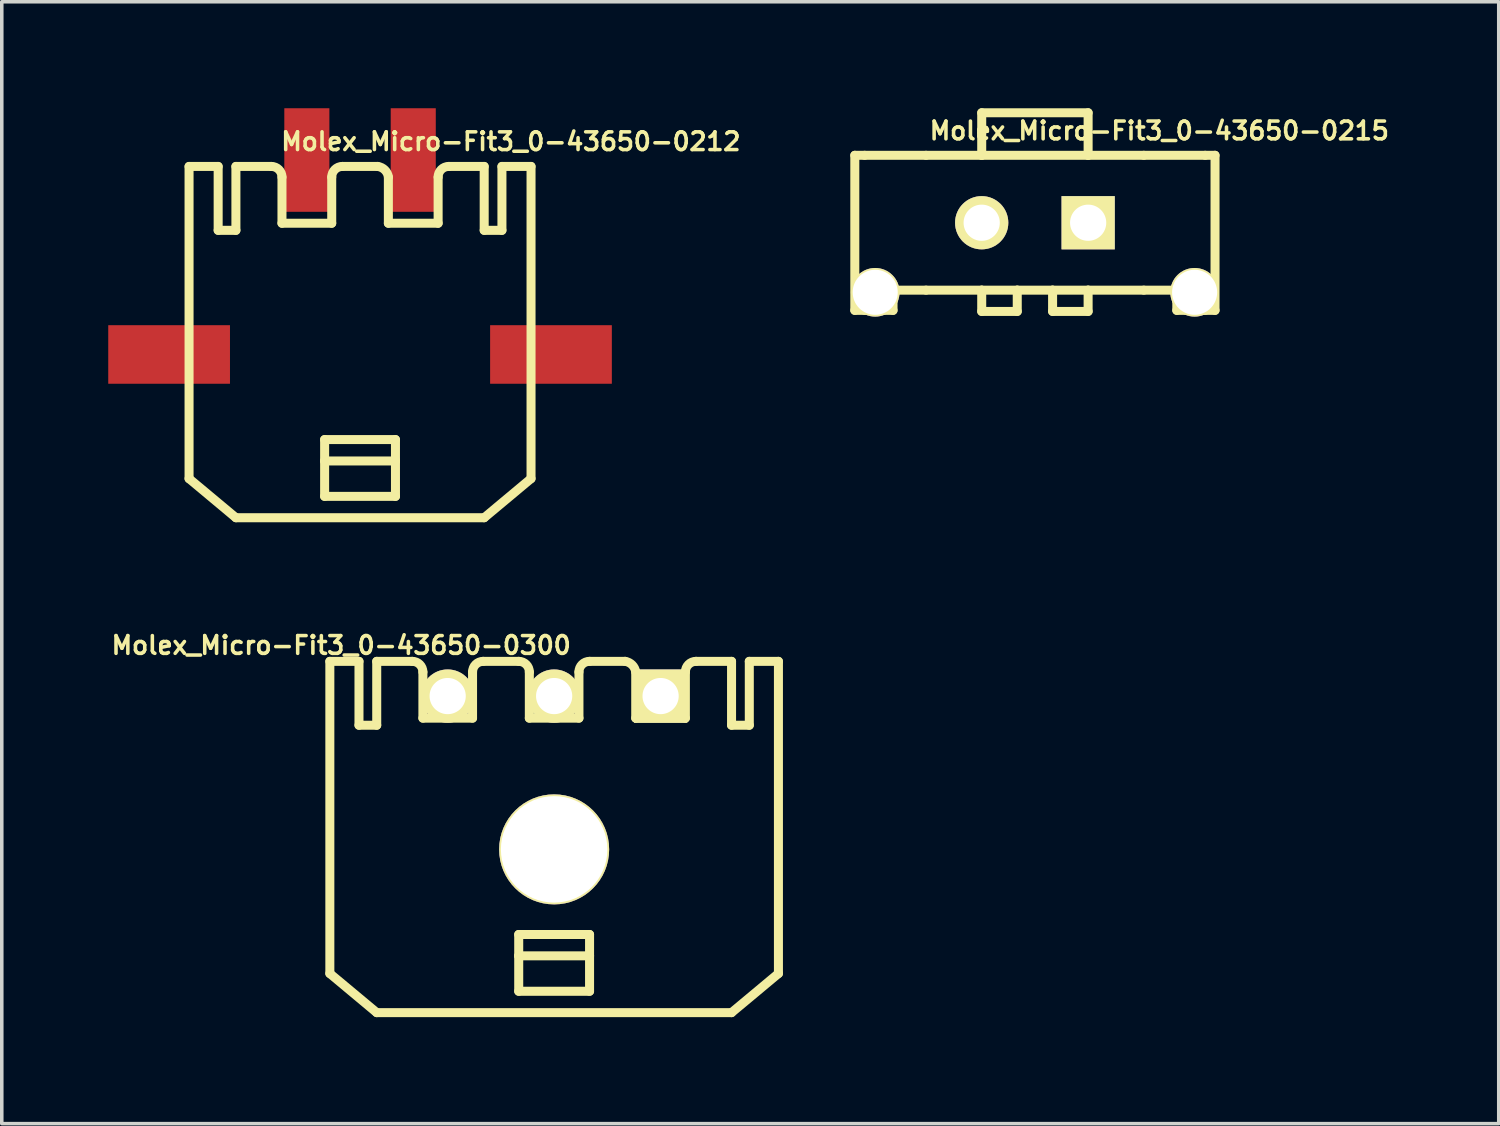
<source format=kicad_pcb>
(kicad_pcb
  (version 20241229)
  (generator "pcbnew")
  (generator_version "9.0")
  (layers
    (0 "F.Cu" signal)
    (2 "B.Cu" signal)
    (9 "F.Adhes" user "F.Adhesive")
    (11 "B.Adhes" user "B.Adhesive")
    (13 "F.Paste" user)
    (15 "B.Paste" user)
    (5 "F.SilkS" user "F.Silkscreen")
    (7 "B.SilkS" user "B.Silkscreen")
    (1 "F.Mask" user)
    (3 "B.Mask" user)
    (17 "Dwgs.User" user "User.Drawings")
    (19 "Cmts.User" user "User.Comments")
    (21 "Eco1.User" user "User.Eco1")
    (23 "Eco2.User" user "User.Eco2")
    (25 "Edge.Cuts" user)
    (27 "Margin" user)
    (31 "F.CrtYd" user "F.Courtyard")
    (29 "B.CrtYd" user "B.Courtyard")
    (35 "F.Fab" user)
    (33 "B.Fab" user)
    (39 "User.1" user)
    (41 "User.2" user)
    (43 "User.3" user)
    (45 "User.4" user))
  (footprint "Molex_Micro-Fit3_0-43650-0212"
    (layer "F.Cu")
    (at 7.095 6.188)
    (property "Reference" "Molex_Micro-Fit3_0-43650-0212" (at 4.25 -5.25 0) (layer "F.SilkS") (effects (font (size 0.5 0.5) (thickness 0.1))))
    (attr smd)
    (fp_line (start -4.818 -4.548) (end -3.998 -4.548) (stroke (width 0.254) (type solid)) (layer "F.SilkS"))
    (fp_line (start -4.818 4.248) (end -4.818 -4.548) (stroke (width 0.254) (type solid)) (layer "F.SilkS"))
    (fp_line (start -4.818 4.248) (end -3.498 5.35) (stroke (width 0.254) (type solid)) (layer "F.SilkS"))
    (fp_line (start -3.998 -4.548) (end -3.998 -2.748) (stroke (width 0.254) (type solid)) (layer "F.SilkS"))
    (fp_line (start -3.998 -2.748) (end -3.498 -2.748) (stroke (width 0.254) (type solid)) (layer "F.SilkS"))
    (fp_line (start -3.498 -4.548) (end -2.499 -4.548) (stroke (width 0.254) (type solid)) (layer "F.SilkS"))
    (fp_line (start -3.498 -2.748) (end -3.498 -4.548) (stroke (width 0.254) (type solid)) (layer "F.SilkS"))
    (fp_line (start -2.2 -2.948) (end -2.2 -4.249) (stroke (width 0.254) (type solid)) (layer "F.SilkS"))
    (fp_line (start -2.2 -2.948) (end -0.798 -2.948) (stroke (width 0.254) (type solid)) (layer "F.SilkS"))
    (fp_line (start -0.998 3.148) (end 0.998 3.148) (stroke (width 0.254) (type solid)) (layer "F.SilkS"))
    (fp_line (start -0.998 3.75) (end -0.998 3.148) (stroke (width 0.254) (type solid)) (layer "F.SilkS"))
    (fp_line (start -0.998 3.75) (end 0.998 3.75) (stroke (width 0.254) (type solid)) (layer "F.SilkS"))
    (fp_line (start -0.998 4.748) (end -0.998 3.75) (stroke (width 0.254) (type solid)) (layer "F.SilkS"))
    (fp_line (start -0.798 -2.948) (end -0.798 -4.249) (stroke (width 0.254) (type solid)) (layer "F.SilkS"))
    (fp_line (start -0.498 -4.548) (end 0.498 -4.548) (stroke (width 0.254) (type solid)) (layer "F.SilkS"))
    (fp_line (start 0.798 -4.249) (end 0.798 -2.948) (stroke (width 0.254) (type solid)) (layer "F.SilkS"))
    (fp_line (start 0.798 -2.948) (end 2.2 -2.948) (stroke (width 0.254) (type solid)) (layer "F.SilkS"))
    (fp_line (start 0.998 3.148) (end 0.998 3.75) (stroke (width 0.254) (type solid)) (layer "F.SilkS"))
    (fp_line (start 0.998 3.75) (end 0.998 4.748) (stroke (width 0.254) (type solid)) (layer "F.SilkS"))
    (fp_line (start 0.998 4.748) (end -0.998 4.748) (stroke (width 0.254) (type solid)) (layer "F.SilkS"))
    (fp_line (start 2.2 -2.948) (end 2.2 -4.249) (stroke (width 0.254) (type solid)) (layer "F.SilkS"))
    (fp_line (start 2.499 -4.548) (end 3.498 -4.548) (stroke (width 0.254) (type solid)) (layer "F.SilkS"))
    (fp_line (start 3.498 -2.748) (end 3.498 -4.548) (stroke (width 0.254) (type solid)) (layer "F.SilkS"))
    (fp_line (start 3.498 5.35) (end -3.498 5.35) (stroke (width 0.254) (type solid)) (layer "F.SilkS"))
    (fp_line (start 3.998 -4.548) (end 3.998 -2.748) (stroke (width 0.254) (type solid)) (layer "F.SilkS"))
    (fp_line (start 3.998 -4.548) (end 4.818 -4.548) (stroke (width 0.254) (type solid)) (layer "F.SilkS"))
    (fp_line (start 3.998 -2.748) (end 3.498 -2.748) (stroke (width 0.254) (type solid)) (layer "F.SilkS"))
    (fp_line (start 4.818 -4.548) (end 4.818 4.248) (stroke (width 0.254) (type solid)) (layer "F.SilkS"))
    (fp_line (start 4.818 4.248) (end 3.498 5.35) (stroke (width 0.254) (type solid)) (layer "F.SilkS"))
    (fp_arc (start -2.49936 -4.54844) (mid -2.287426 -4.460654) (end -2.19964 -4.24872) (stroke (width 0.254) (type solid)) (layer "F.SilkS"))
    (fp_arc (start -0.79756 -4.24872) (mid -0.709774 -4.460654) (end -0.49784 -4.54844) (stroke (width 0.254) (type solid)) (layer "F.SilkS"))
    (fp_arc (start 0.49784 -4.54844) (mid 0.698413 -4.449466) (end 0.799556 -4.249979) (stroke (width 0.254) (type solid)) (layer "F.SilkS"))
    (fp_arc (start 2.19964 -4.24872) (mid 2.287426 -4.460654) (end 2.49936 -4.54844) (stroke (width 0.254) (type solid)) (layer "F.SilkS"))
    (pad "1" smd rect (at 1.499 -4.729) (size 1.27 2.918) (layers "F.Cu" "F.Mask" "F.Paste"))
    (pad "2" smd rect (at -1.499 -4.729) (size 1.27 2.918) (layers "F.Cu" "F.Mask" "F.Paste"))
    (pad "TAB1" smd rect (at 5.38 0.75) (size 3.43 1.65) (layers "F.Cu" "F.Mask" "F.Paste"))
    (pad "TAB2" smd rect (at -5.38 0.75) (size 3.43 1.65) (layers "F.Cu" "F.Mask" "F.Paste")))
  (footprint "Molex_Micro-Fit3_0-43650-0215"
    (layer "F.Cu")
    (at 26.111 3.226)
    (property "Reference" "Molex_Micro-Fit3_0-43650-0215" (at 3.505 -2.591 0) (layer "F.SilkS") (effects (font (size 0.5 0.5) (thickness 0.1))))
    (attr exclude_from_pos_files exclude_from_bom)
    (fp_line (start -5.075 -1.9) (end -4.798 -1.9) (stroke (width 0.254) (type solid)) (layer "F.SilkS"))
    (fp_line (start -5.075 2.469) (end -5.075 -1.9) (stroke (width 0.254) (type solid)) (layer "F.SilkS"))
    (fp_line (start -4.798 -1.9) (end -3.068 -1.9) (stroke (width 0.254) (type solid)) (layer "F.SilkS"))
    (fp_line (start -4.798 2.469) (end -5.075 2.469) (stroke (width 0.254) (type solid)) (layer "F.SilkS"))
    (fp_line (start -3.998 1.9) (end -3.998 2.469) (stroke (width 0.254) (type solid)) (layer "F.SilkS"))
    (fp_line (start -3.998 2.469) (end -4.798 2.469) (stroke (width 0.254) (type solid)) (layer "F.SilkS"))
    (fp_line (start -3.068 -1.9) (end -1.499 -1.9) (stroke (width 0.254) (type solid)) (layer "F.SilkS"))
    (fp_line (start -3.068 1.9) (end -3.998 1.9) (stroke (width 0.254) (type solid)) (layer "F.SilkS"))
    (fp_line (start -1.499 -3.099) (end -1.499 -1.9) (stroke (width 0.254) (type solid)) (layer "F.SilkS"))
    (fp_line (start -1.499 -3.099) (end 1.499 -3.099) (stroke (width 0.254) (type solid)) (layer "F.SilkS"))
    (fp_line (start -1.499 -1.9) (end 1.499 -1.9) (stroke (width 0.254) (type solid)) (layer "F.SilkS"))
    (fp_line (start -1.499 1.9) (end -3.068 1.9) (stroke (width 0.254) (type solid)) (layer "F.SilkS"))
    (fp_line (start -1.499 1.9) (end -1.499 2.499) (stroke (width 0.254) (type solid)) (layer "F.SilkS"))
    (fp_line (start -1.499 2.499) (end -0.498 2.499) (stroke (width 0.254) (type solid)) (layer "F.SilkS"))
    (fp_line (start -0.498 1.9) (end -1.499 1.9) (stroke (width 0.254) (type solid)) (layer "F.SilkS"))
    (fp_line (start -0.498 2.499) (end -0.498 1.9) (stroke (width 0.254) (type solid)) (layer "F.SilkS"))
    (fp_line (start 0.498 1.9) (end -0.498 1.9) (stroke (width 0.254) (type solid)) (layer "F.SilkS"))
    (fp_line (start 0.498 1.9) (end 0.498 2.499) (stroke (width 0.254) (type solid)) (layer "F.SilkS"))
    (fp_line (start 0.498 2.499) (end 1.499 2.499) (stroke (width 0.254) (type solid)) (layer "F.SilkS"))
    (fp_line (start 1.499 -3.099) (end 1.499 -1.9) (stroke (width 0.254) (type solid)) (layer "F.SilkS"))
    (fp_line (start 1.499 -1.9) (end 3.068 -1.9) (stroke (width 0.254) (type solid)) (layer "F.SilkS"))
    (fp_line (start 1.499 1.9) (end 0.498 1.9) (stroke (width 0.254) (type solid)) (layer "F.SilkS"))
    (fp_line (start 1.499 2.499) (end 1.499 1.9) (stroke (width 0.254) (type solid)) (layer "F.SilkS"))
    (fp_line (start 3.068 -1.9) (end 4.798 -1.9) (stroke (width 0.254) (type solid)) (layer "F.SilkS"))
    (fp_line (start 3.068 1.9) (end 1.499 1.9) (stroke (width 0.254) (type solid)) (layer "F.SilkS"))
    (fp_line (start 3.998 1.9) (end 3.068 1.9) (stroke (width 0.254) (type solid)) (layer "F.SilkS"))
    (fp_line (start 3.998 2.469) (end 3.998 1.9) (stroke (width 0.254) (type solid)) (layer "F.SilkS"))
    (fp_line (start 3.998 2.469) (end 4.798 2.469) (stroke (width 0.254) (type solid)) (layer "F.SilkS"))
    (fp_line (start 4.798 -1.9) (end 5.075 -1.9) (stroke (width 0.254) (type solid)) (layer "F.SilkS"))
    (fp_line (start 4.798 2.469) (end 5.075 2.469) (stroke (width 0.254) (type solid)) (layer "F.SilkS"))
    (fp_line (start 5.075 -1.9) (end 5.075 2.469) (stroke (width 0.254) (type solid)) (layer "F.SilkS"))
    (fp_line (start -4.798 -0.998) (end -4.798 -1.9) (stroke (width 0.198) (type solid)) (layer "Eco1.User"))
    (fp_line (start -4.798 0.998) (end -4.798 -0.998) (stroke (width 0.198) (type solid)) (layer "Eco1.User"))
    (fp_line (start -4.798 2.469) (end -4.798 0.998) (stroke (width 0.198) (type solid)) (layer "Eco1.User"))
    (fp_line (start -3.998 -0.498) (end -3.998 0.498) (stroke (width 0.198) (type solid)) (layer "Eco1.User"))
    (fp_line (start -3.998 0.498) (end -3.698 0.498) (stroke (width 0.198) (type solid)) (layer "Eco1.User"))
    (fp_line (start -3.698 -0.998) (end -4.798 -0.998) (stroke (width 0.198) (type solid)) (layer "Eco1.User"))
    (fp_line (start -3.698 -0.998) (end -3.698 -0.498) (stroke (width 0.198) (type solid)) (layer "Eco1.User"))
    (fp_line (start -3.698 -0.498) (end -3.998 -0.498) (stroke (width 0.198) (type solid)) (layer "Eco1.User"))
    (fp_line (start -3.698 0.498) (end -3.698 0.998) (stroke (width 0.198) (type solid)) (layer "Eco1.User"))
    (fp_line (start -3.698 0.998) (end -4.798 0.998) (stroke (width 0.198) (type solid)) (layer "Eco1.User"))
    (fp_line (start -3.068 -0.998) (end -3.698 -0.998) (stroke (width 0.198) (type solid)) (layer "Eco1.User"))
    (fp_line (start -3.068 -0.998) (end -3.068 -1.9) (stroke (width 0.198) (type solid)) (layer "Eco1.User"))
    (fp_line (start -3.068 0.998) (end -3.698 0.998) (stroke (width 0.198) (type solid)) (layer "Eco1.User"))
    (fp_line (start -3.068 0.998) (end -3.068 -0.998) (stroke (width 0.198) (type solid)) (layer "Eco1.User"))
    (fp_line (start -3.068 1.9) (end -3.068 0.998) (stroke (width 0.198) (type solid)) (layer "Eco1.User"))
    (fp_line (start -2.769 -1.27) (end -0.229 -1.27) (stroke (width 0.254) (type solid)) (layer "Eco1.User"))
    (fp_line (start -2.769 0.762) (end -2.769 -1.27) (stroke (width 0.254) (type solid)) (layer "Eco1.User"))
    (fp_line (start -2.261 1.27) (end -2.769 0.762) (stroke (width 0.254) (type solid)) (layer "Eco1.User"))
    (fp_line (start -0.229 -1.27) (end -0.229 1.27) (stroke (width 0.254) (type solid)) (layer "Eco1.User"))
    (fp_line (start -0.229 1.27) (end -2.261 1.27) (stroke (width 0.254) (type solid)) (layer "Eco1.User"))
    (fp_line (start 0.229 -1.27) (end 2.769 -1.27) (stroke (width 0.254) (type solid)) (layer "Eco1.User"))
    (fp_line (start 0.229 0.762) (end 0.229 -1.27) (stroke (width 0.254) (type solid)) (layer "Eco1.User"))
    (fp_line (start 0.737 1.27) (end 0.229 0.762) (stroke (width 0.254) (type solid)) (layer "Eco1.User"))
    (fp_line (start 2.769 -1.27) (end 2.769 1.27) (stroke (width 0.254) (type solid)) (layer "Eco1.User"))
    (fp_line (start 2.769 1.27) (end 0.737 1.27) (stroke (width 0.254) (type solid)) (layer "Eco1.User"))
    (fp_line (start 3.068 -1.9) (end 3.068 -0.998) (stroke (width 0.198) (type solid)) (layer "Eco1.User"))
    (fp_line (start 3.068 -0.998) (end 3.068 0.998) (stroke (width 0.198) (type solid)) (layer "Eco1.User"))
    (fp_line (start 3.068 -0.998) (end 3.698 -0.998) (stroke (width 0.198) (type solid)) (layer "Eco1.User"))
    (fp_line (start 3.068 0.998) (end 3.068 1.9) (stroke (width 0.198) (type solid)) (layer "Eco1.User"))
    (fp_line (start 3.068 0.998) (end 3.698 0.998) (stroke (width 0.198) (type solid)) (layer "Eco1.User"))
    (fp_line (start 3.698 -0.998) (end 3.698 -0.498) (stroke (width 0.198) (type solid)) (layer "Eco1.User"))
    (fp_line (start 3.698 -0.998) (end 4.798 -0.998) (stroke (width 0.198) (type solid)) (layer "Eco1.User"))
    (fp_line (start 3.698 -0.498) (end 3.998 -0.498) (stroke (width 0.198) (type solid)) (layer "Eco1.User"))
    (fp_line (start 3.698 0.498) (end 3.698 0.998) (stroke (width 0.198) (type solid)) (layer "Eco1.User"))
    (fp_line (start 3.698 0.998) (end 4.798 0.998) (stroke (width 0.198) (type solid)) (layer "Eco1.User"))
    (fp_line (start 3.998 -0.498) (end 3.998 0.498) (stroke (width 0.198) (type solid)) (layer "Eco1.User"))
    (fp_line (start 3.998 0.498) (end 3.698 0.498) (stroke (width 0.198) (type solid)) (layer "Eco1.User"))
    (fp_line (start 4.798 -0.998) (end 4.798 -1.9) (stroke (width 0.198) (type solid)) (layer "Eco1.User"))
    (fp_line (start 4.798 0.998) (end 4.798 -0.998) (stroke (width 0.198) (type solid)) (layer "Eco1.User"))
    (fp_line (start 4.798 2.469) (end 4.798 0.998) (stroke (width 0.198) (type solid)) (layer "Eco1.User"))
    (pad "0" thru_hole circle (at -4.5 1.96) (size 1.37 1.37) (drill 1.27) (layers "*.Cu" "*.Mask" "F.SilkS" "F.Paste"))
    (pad "0" thru_hole circle (at 4.5 1.96) (size 1.37 1.37) (drill 1.27) (layers "*.Cu" "*.Mask" "F.SilkS" "F.Paste"))
    (pad "1" thru_hole rect (at 1.5 0) (size 1.5 1.5) (drill 1.02) (layers "*.Cu" "*.Mask" "F.SilkS" "F.Paste"))
    (pad "2" thru_hole circle (at -1.5 0) (size 1.5 1.5) (drill 1.02) (layers "*.Cu" "*.Mask" "F.SilkS" "F.Paste")))
  (footprint "Molex_Micro-Fit3_0-43650-0300"
    (layer "F.Cu")
    (at 12.564 20.883)
    (property "Reference" "Molex_Micro-Fit3_0-43650-0300" (at -6 -5.75 180) (layer "F.SilkS") (effects (font (size 0.5 0.5) (thickness 0.1))))
    (attr exclude_from_pos_files exclude_from_bom)
    (fp_line (start -6.32 -5.298) (end -5.499 -5.298) (stroke (width 0.254) (type solid)) (layer "F.SilkS"))
    (fp_line (start -6.32 3.498) (end -6.32 -5.298) (stroke (width 0.254) (type solid)) (layer "F.SilkS"))
    (fp_line (start -6.32 3.498) (end -4.999 4.6) (stroke (width 0.254) (type solid)) (layer "F.SilkS"))
    (fp_line (start -5.499 -5.298) (end -5.499 -3.498) (stroke (width 0.254) (type solid)) (layer "F.SilkS"))
    (fp_line (start -5.499 -3.498) (end -4.999 -3.498) (stroke (width 0.254) (type solid)) (layer "F.SilkS"))
    (fp_line (start -4.999 -5.298) (end -3.998 -5.298) (stroke (width 0.254) (type solid)) (layer "F.SilkS"))
    (fp_line (start -4.999 -3.498) (end -4.999 -5.298) (stroke (width 0.254) (type solid)) (layer "F.SilkS"))
    (fp_line (start -3.698 -3.698) (end -3.698 -4.999) (stroke (width 0.254) (type solid)) (layer "F.SilkS"))
    (fp_line (start -3.698 -3.698) (end -2.299 -3.698) (stroke (width 0.254) (type solid)) (layer "F.SilkS"))
    (fp_line (start -2.299 -3.698) (end -2.299 -4.999) (stroke (width 0.254) (type solid)) (layer "F.SilkS"))
    (fp_line (start -1.999 -5.298) (end -0.998 -5.298) (stroke (width 0.254) (type solid)) (layer "F.SilkS"))
    (fp_line (start -0.998 2.398) (end 0.998 2.398) (stroke (width 0.254) (type solid)) (layer "F.SilkS"))
    (fp_line (start -0.998 3) (end -0.998 2.398) (stroke (width 0.254) (type solid)) (layer "F.SilkS"))
    (fp_line (start -0.998 3) (end 0.998 3) (stroke (width 0.254) (type solid)) (layer "F.SilkS"))
    (fp_line (start -0.998 3.998) (end -0.998 3) (stroke (width 0.254) (type solid)) (layer "F.SilkS"))
    (fp_line (start -0.699 -3.698) (end -0.699 -4.999) (stroke (width 0.254) (type solid)) (layer "F.SilkS"))
    (fp_line (start -0.699 -3.698) (end 0.699 -3.698) (stroke (width 0.254) (type solid)) (layer "F.SilkS"))
    (fp_line (start 0.699 -3.698) (end 0.699 -4.999) (stroke (width 0.254) (type solid)) (layer "F.SilkS"))
    (fp_line (start 0.998 -5.298) (end 1.999 -5.298) (stroke (width 0.254) (type solid)) (layer "F.SilkS"))
    (fp_line (start 0.998 2.398) (end 0.998 3) (stroke (width 0.254) (type solid)) (layer "F.SilkS"))
    (fp_line (start 0.998 3) (end 0.998 3.998) (stroke (width 0.254) (type solid)) (layer "F.SilkS"))
    (fp_line (start 0.998 3.998) (end -0.998 3.998) (stroke (width 0.254) (type solid)) (layer "F.SilkS"))
    (fp_line (start 2.299 -4.999) (end 2.299 -3.698) (stroke (width 0.254) (type solid)) (layer "F.SilkS"))
    (fp_line (start 2.299 -3.698) (end 3.698 -3.698) (stroke (width 0.254) (type solid)) (layer "F.SilkS"))
    (fp_line (start 3.698 -3.698) (end 3.698 -4.999) (stroke (width 0.254) (type solid)) (layer "F.SilkS"))
    (fp_line (start 3.998 -5.298) (end 4.999 -5.298) (stroke (width 0.254) (type solid)) (layer "F.SilkS"))
    (fp_line (start 4.999 -3.498) (end 4.999 -5.298) (stroke (width 0.254) (type solid)) (layer "F.SilkS"))
    (fp_line (start 4.999 4.6) (end -4.999 4.6) (stroke (width 0.254) (type solid)) (layer "F.SilkS"))
    (fp_line (start 5.499 -5.298) (end 5.499 -3.498) (stroke (width 0.254) (type solid)) (layer "F.SilkS"))
    (fp_line (start 5.499 -5.298) (end 6.32 -5.298) (stroke (width 0.254) (type solid)) (layer "F.SilkS"))
    (fp_line (start 5.499 -3.498) (end 4.999 -3.498) (stroke (width 0.254) (type solid)) (layer "F.SilkS"))
    (fp_line (start 6.32 -5.298) (end 6.32 3.498) (stroke (width 0.254) (type solid)) (layer "F.SilkS"))
    (fp_line (start 6.32 3.498) (end 4.999 4.6) (stroke (width 0.254) (type solid)) (layer "F.SilkS"))
    (fp_arc (start -3.99796 -5.29844) (mid -3.786026 -5.210654) (end -3.69824 -4.99872) (stroke (width 0.254) (type solid)) (layer "F.SilkS"))
    (fp_arc (start -2.2987 -4.99872) (mid -2.210914 -5.210654) (end -1.99898 -5.29844) (stroke (width 0.254) (type solid)) (layer "F.SilkS"))
    (fp_arc (start -0.99822 -5.29844) (mid -0.786286 -5.210654) (end -0.6985 -4.99872) (stroke (width 0.254) (type solid)) (layer "F.SilkS"))
    (fp_arc (start 0.6985 -4.99872) (mid 0.786286 -5.210654) (end 0.99822 -5.29844) (stroke (width 0.254) (type solid)) (layer "F.SilkS"))
    (fp_arc (start 1.99898 -5.29844) (mid 2.199045 -5.197943) (end 2.298869 -4.997541) (stroke (width 0.254) (type solid)) (layer "F.SilkS"))
    (fp_arc (start 3.69824 -4.99872) (mid 3.786026 -5.210654) (end 3.99796 -5.29844) (stroke (width 0.254) (type solid)) (layer "F.SilkS"))
    (pad "1" thru_hole rect (at 3 -4.32) (size 1.5 1.5) (drill 1.02) (layers "*.Cu" "*.Mask" "F.SilkS" "F.Paste"))
    (pad "2" thru_hole circle (at 0 -4.32) (size 1.5 1.5) (drill 1.02) (layers "*.Cu" "*.Mask" "F.SilkS" "F.Paste"))
    (pad "3" thru_hole circle (at -3 -4.32) (size 1.5 1.5) (drill 1.02) (layers "*.Cu" "*.Mask" "F.SilkS" "F.Paste"))
    (pad "4" thru_hole circle (at 0 0) (size 3.1 3.1) (drill 3) (layers "*.Cu" "F.Mask" "F.SilkS" "F.Paste")))
  (gr_rect
    (start -3 -3)
    (end 39.18 28.61)
    (stroke (width 0.1) (type default))
    (fill no)
    (layer "Edge.Cuts")))
</source>
